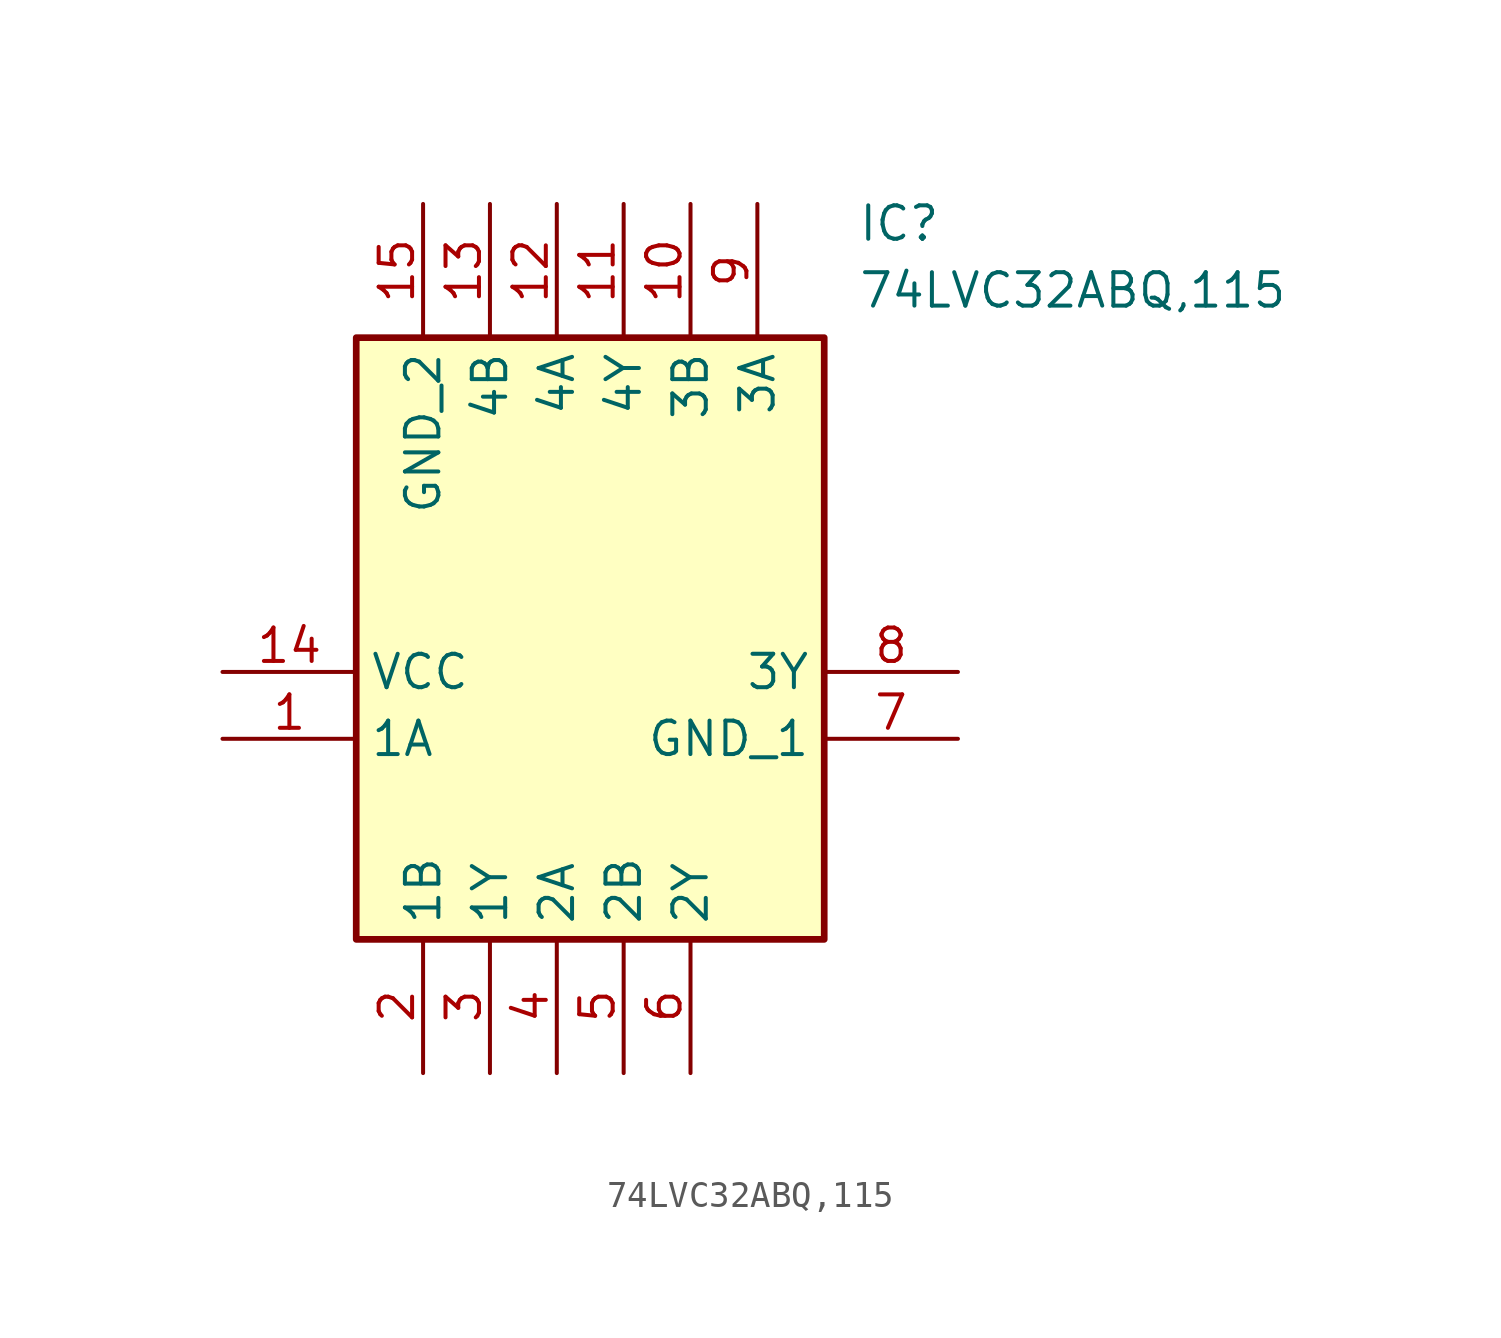
<source format=kicad_sym>
(kicad_symbol_lib
  (version 20211014)
  (generator SamacSys_ECAD_Model)
  (symbol "74LVC32ABQ,115"
    (property "Reference" "IC"
      (at 24.13 17.78 0)
      (effects (font (size 1.27 1.27)) (justify left top)))
    (property "Value" "74LVC32ABQ,115"
      (at 24.13 15.24 0)
      (effects (font (size 1.27 1.27)) (justify left top)))
    (rectangle
      (start 5.08 12.7)
      (end 22.86 -10.16)
      (stroke (width 0.254) (type default))
      (fill (type background)))
    (pin passive line
      (at 0 -2.54 0)
      (length 5.08)
      (name "1A" (effects (font (size 1.27 1.27))))
      (number "1" (effects (font (size 1.27 1.27)))))
    (pin passive line
      (at 7.62 -15.24 90)
      (length 5.08)
      (name "1B" (effects (font (size 1.27 1.27))))
      (number "2" (effects (font (size 1.27 1.27)))))
    (pin passive line
      (at 10.16 -15.24 90)
      (length 5.08)
      (name "1Y" (effects (font (size 1.27 1.27))))
      (number "3" (effects (font (size 1.27 1.27)))))
    (pin passive line
      (at 12.7 -15.24 90)
      (length 5.08)
      (name "2A" (effects (font (size 1.27 1.27))))
      (number "4" (effects (font (size 1.27 1.27)))))
    (pin passive line
      (at 15.24 -15.24 90)
      (length 5.08)
      (name "2B" (effects (font (size 1.27 1.27))))
      (number "5" (effects (font (size 1.27 1.27)))))
    (pin passive line
      (at 17.78 -15.24 90)
      (length 5.08)
      (name "2Y" (effects (font (size 1.27 1.27))))
      (number "6" (effects (font (size 1.27 1.27)))))
    (pin passive line
      (at 27.94 -2.54 180)
      (length 5.08)
      (name "GND_1" (effects (font (size 1.27 1.27))))
      (number "7" (effects (font (size 1.27 1.27)))))
    (pin passive line
      (at 27.94 0 180)
      (length 5.08)
      (name "3Y" (effects (font (size 1.27 1.27))))
      (number "8" (effects (font (size 1.27 1.27)))))
    (pin passive line
      (at 20.32 17.78 270)
      (length 5.08)
      (name "3A" (effects (font (size 1.27 1.27))))
      (number "9" (effects (font (size 1.27 1.27)))))
    (pin passive line
      (at 17.78 17.78 270)
      (length 5.08)
      (name "3B" (effects (font (size 1.27 1.27))))
      (number "10" (effects (font (size 1.27 1.27)))))
    (pin passive line
      (at 15.24 17.78 270)
      (length 5.08)
      (name "4Y" (effects (font (size 1.27 1.27))))
      (number "11" (effects (font (size 1.27 1.27)))))
    (pin passive line
      (at 12.7 17.78 270)
      (length 5.08)
      (name "4A" (effects (font (size 1.27 1.27))))
      (number "12" (effects (font (size 1.27 1.27)))))
    (pin passive line
      (at 10.16 17.78 270)
      (length 5.08)
      (name "4B" (effects (font (size 1.27 1.27))))
      (number "13" (effects (font (size 1.27 1.27)))))
    (pin passive line
      (at 0 0 0)
      (length 5.08)
      (name "VCC" (effects (font (size 1.27 1.27))))
      (number "14" (effects (font (size 1.27 1.27)))))
    (pin passive line
      (at 7.62 17.78 270)
      (length 5.08)
      (name "GND_2" (effects (font (size 1.27 1.27))))
      (number "15" (effects (font (size 1.27 1.27)))))))
</source>
